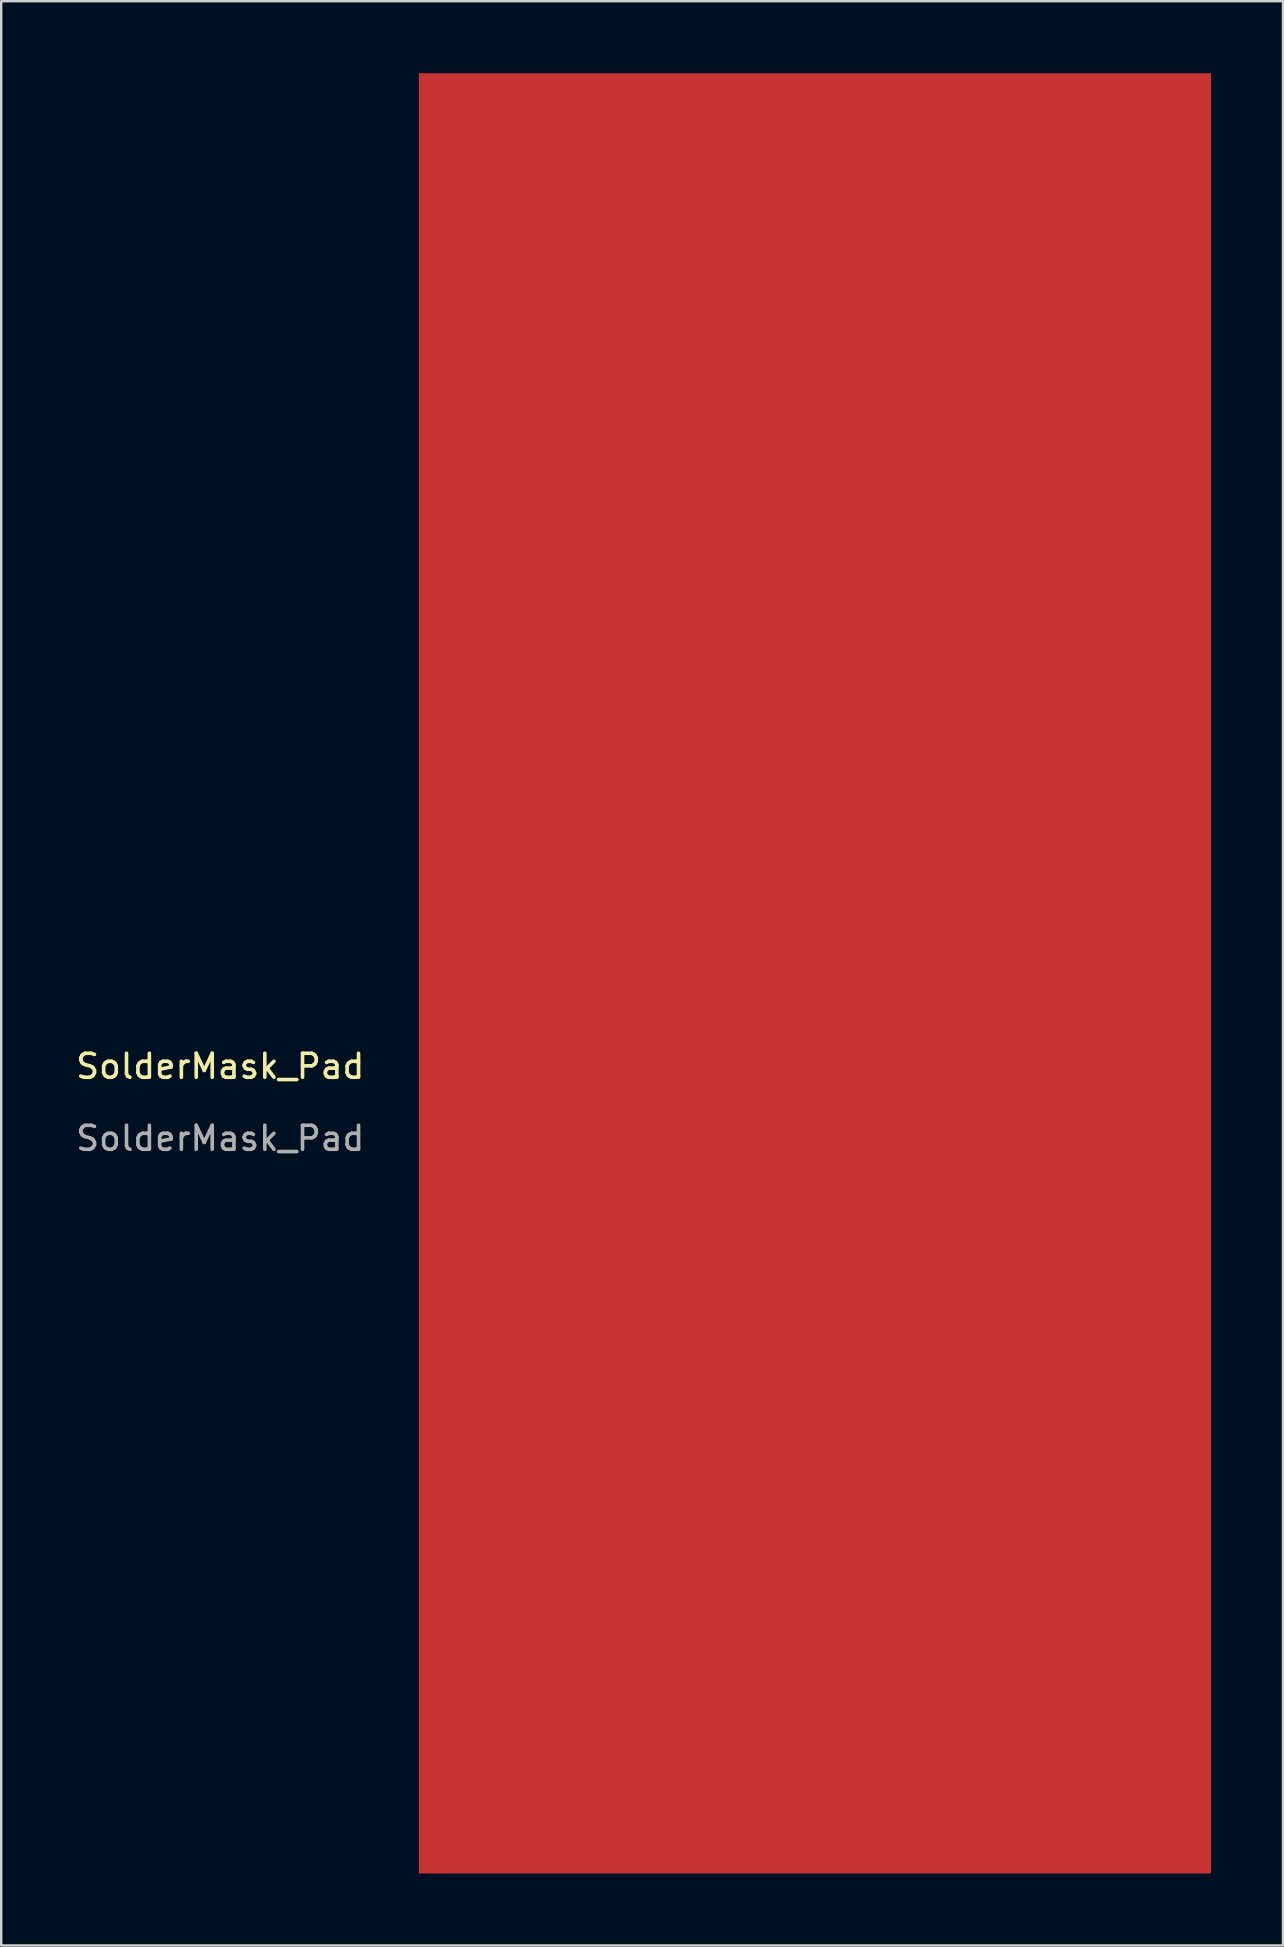
<source format=kicad_pcb>
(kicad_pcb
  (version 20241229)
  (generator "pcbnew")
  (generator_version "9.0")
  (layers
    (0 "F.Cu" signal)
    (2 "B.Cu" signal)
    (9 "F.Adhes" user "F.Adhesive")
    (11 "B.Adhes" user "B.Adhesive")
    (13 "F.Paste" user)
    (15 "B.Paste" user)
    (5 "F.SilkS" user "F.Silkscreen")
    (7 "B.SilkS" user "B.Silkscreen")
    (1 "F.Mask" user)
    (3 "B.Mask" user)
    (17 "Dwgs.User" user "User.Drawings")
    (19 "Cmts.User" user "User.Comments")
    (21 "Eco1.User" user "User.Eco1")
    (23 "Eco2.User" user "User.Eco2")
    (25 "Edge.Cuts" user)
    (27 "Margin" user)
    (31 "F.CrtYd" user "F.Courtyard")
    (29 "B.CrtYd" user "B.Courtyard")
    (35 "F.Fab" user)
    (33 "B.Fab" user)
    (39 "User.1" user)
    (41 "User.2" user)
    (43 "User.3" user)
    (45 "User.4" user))
  (footprint "SolderMask_Pad"
    (layer "F.Cu")
    (at 6.125 41.875)
    (property "Reference" "SolderMask_Pad" (at 0 -0.5 0) (unlocked yes) (layer "F.SilkS") (effects (font (size 1 1) (thickness 0.15))))
    (attr smd)
    (fp_text user "${REFERENCE}" (at 0 2.5 0) (unlocked yes) (layer "F.Fab") (effects (font (size 1 1) (thickness 0.15))))
    (pad "1" smd rect (at 24.775 -4.375) (size 33 75) (layers "F.Cu" "F.Mask")))
  (gr_rect
    (start -3 -3)
    (end 50.4 78)
    (stroke (width 0.1) (type default))
    (fill no)
    (layer "Edge.Cuts")))
</source>
